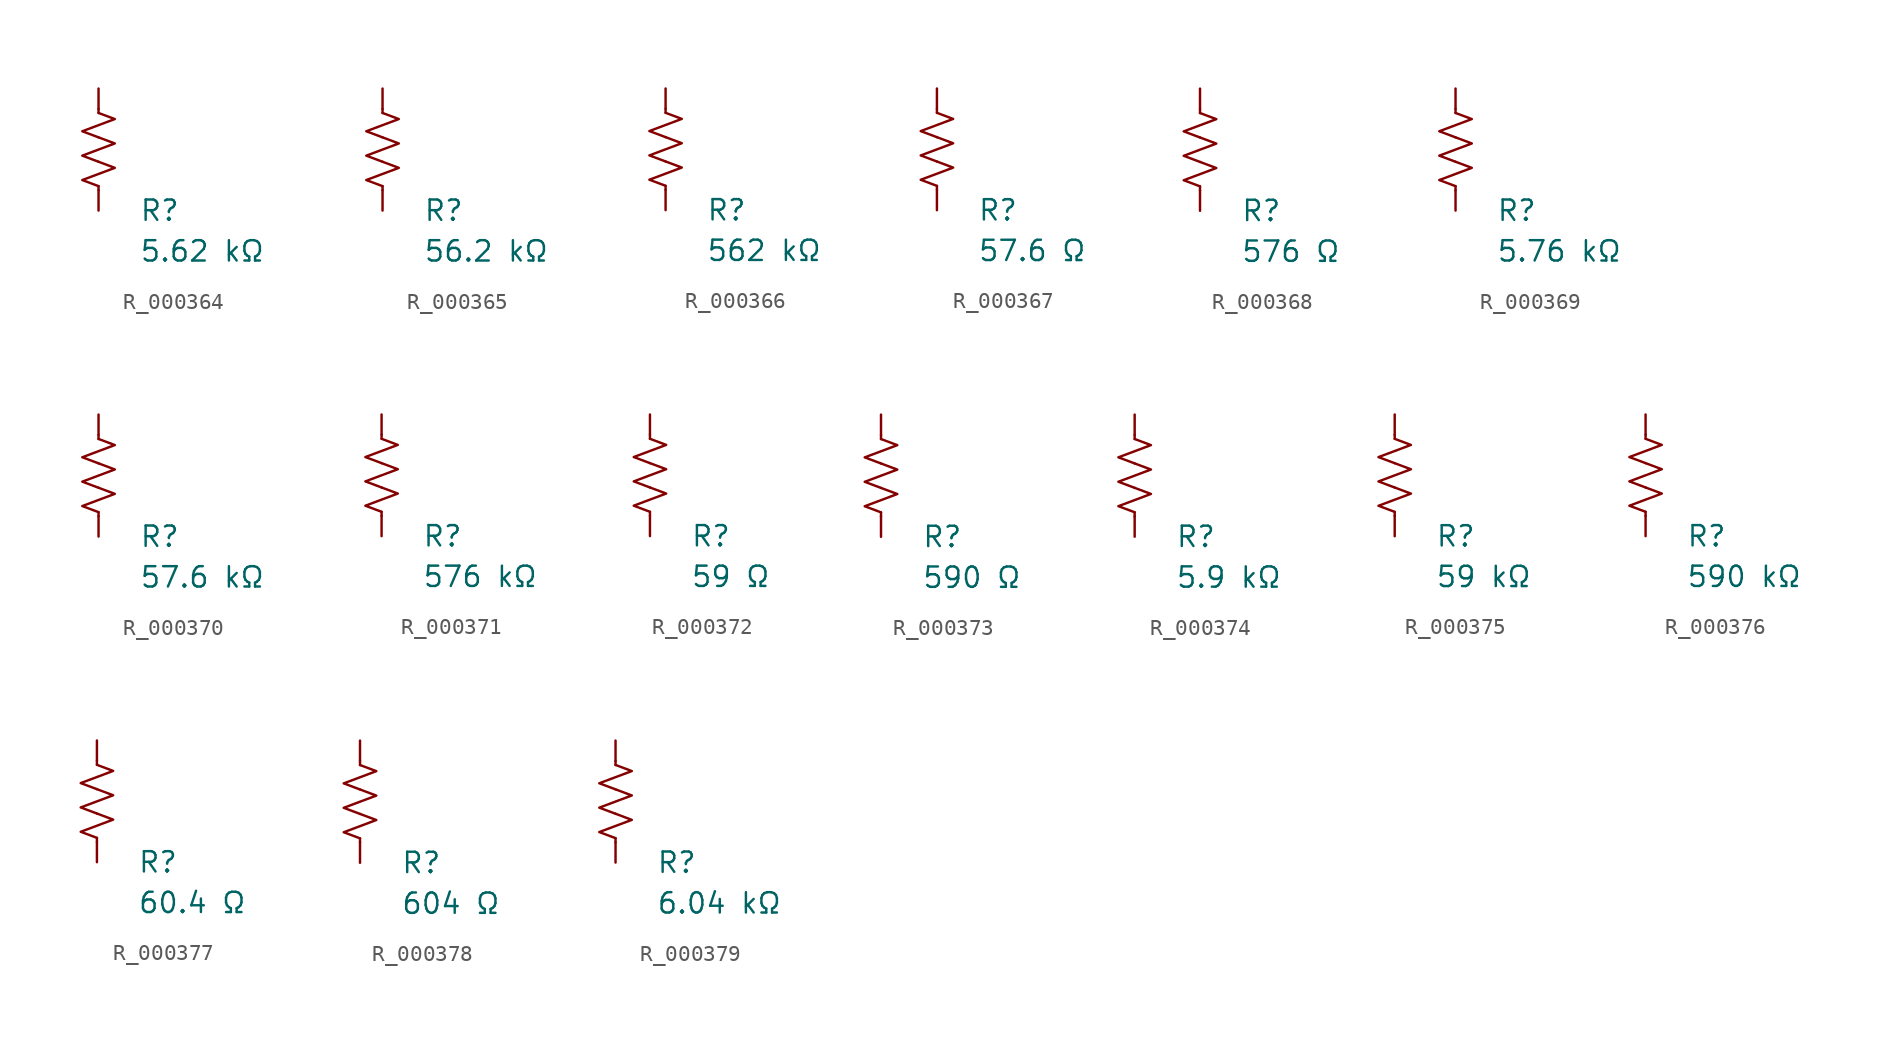
<source format=kicad_sym>
(kicad_symbol_lib
  (version 20231120)
  (generator "kicad_symbol_editor")
  (generator_version "8.0")
  (symbol "R_000364"
    (pin_numbers hide)
    (pin_names
      (offset 0))
    (property "Reference" "R"
      (at 2.54 -3.81 0)
      (effects (font (size 1.27 1.27)) (justify left))
      (show_name no))
    (property "Value" "5.62 kΩ"
      (at 2.54 -6.35 0)
      (effects (font (size 1.27 1.27)) (justify left))
      (show_name no))
    (symbol "R_000364_0_1"
      (polyline (pts (xy 0 -2.286) (xy 0 -2.54)) (stroke (width 0) (type default)) (fill (type none)))
      (polyline (pts (xy 0 2.286) (xy 0 2.54)) (stroke (width 0) (type default)) (fill (type none)))
      (polyline (pts (xy 0 -0.762) (xy 1.016 -1.143) (xy 0 -1.524) (xy -1.016 -1.905) (xy 0 -2.286)) (stroke (width 0) (type default)) (fill (type none)))
      (polyline (pts (xy 0 0.762) (xy 1.016 0.381) (xy 0 0) (xy -1.016 -0.381) (xy 0 -0.762)) (stroke (width 0) (type default)) (fill (type none)))
      (polyline (pts (xy 0 2.286) (xy 1.016 1.905) (xy 0 1.524) (xy -1.016 1.143) (xy 0 0.762)) (stroke (width 0) (type default)) (fill (type none))))
    (symbol "R_000364_1_1"
      (pin passive line (at 0 3.81 270) (length 1.27) (name "~" (effects (font (size 1.27 1.27)))) (number "1" (effects (font (size 1.27 1.27)))))
      (pin passive line (at 0 -3.81 90) (length 1.27) (name "~" (effects (font (size 1.27 1.27)))) (number "2" (effects (font (size 1.27 1.27)))))))
  (symbol "R_000365"
    (pin_numbers hide)
    (pin_names
      (offset 0))
    (property "Reference" "R"
      (at 2.54 -3.81 0)
      (effects (font (size 1.27 1.27)) (justify left))
      (show_name no))
    (property "Value" "56.2 kΩ"
      (at 2.54 -6.35 0)
      (effects (font (size 1.27 1.27)) (justify left))
      (show_name no))
    (symbol "R_000365_0_1"
      (polyline (pts (xy 0 -2.286) (xy 0 -2.54)) (stroke (width 0) (type default)) (fill (type none)))
      (polyline (pts (xy 0 2.286) (xy 0 2.54)) (stroke (width 0) (type default)) (fill (type none)))
      (polyline (pts (xy 0 -0.762) (xy 1.016 -1.143) (xy 0 -1.524) (xy -1.016 -1.905) (xy 0 -2.286)) (stroke (width 0) (type default)) (fill (type none)))
      (polyline (pts (xy 0 0.762) (xy 1.016 0.381) (xy 0 0) (xy -1.016 -0.381) (xy 0 -0.762)) (stroke (width 0) (type default)) (fill (type none)))
      (polyline (pts (xy 0 2.286) (xy 1.016 1.905) (xy 0 1.524) (xy -1.016 1.143) (xy 0 0.762)) (stroke (width 0) (type default)) (fill (type none))))
    (symbol "R_000365_1_1"
      (pin passive line (at 0 3.81 270) (length 1.27) (name "~" (effects (font (size 1.27 1.27)))) (number "1" (effects (font (size 1.27 1.27)))))
      (pin passive line (at 0 -3.81 90) (length 1.27) (name "~" (effects (font (size 1.27 1.27)))) (number "2" (effects (font (size 1.27 1.27)))))))
  (symbol "R_000366"
    (pin_numbers hide)
    (pin_names
      (offset 0))
    (property "Reference" "R"
      (at 2.54 -3.81 0)
      (effects (font (size 1.27 1.27)) (justify left))
      (show_name no))
    (property "Value" "562 kΩ"
      (at 2.54 -6.35 0)
      (effects (font (size 1.27 1.27)) (justify left))
      (show_name no))
    (symbol "R_000366_0_1"
      (polyline (pts (xy 0 -2.286) (xy 0 -2.54)) (stroke (width 0) (type default)) (fill (type none)))
      (polyline (pts (xy 0 2.286) (xy 0 2.54)) (stroke (width 0) (type default)) (fill (type none)))
      (polyline (pts (xy 0 -0.762) (xy 1.016 -1.143) (xy 0 -1.524) (xy -1.016 -1.905) (xy 0 -2.286)) (stroke (width 0) (type default)) (fill (type none)))
      (polyline (pts (xy 0 0.762) (xy 1.016 0.381) (xy 0 0) (xy -1.016 -0.381) (xy 0 -0.762)) (stroke (width 0) (type default)) (fill (type none)))
      (polyline (pts (xy 0 2.286) (xy 1.016 1.905) (xy 0 1.524) (xy -1.016 1.143) (xy 0 0.762)) (stroke (width 0) (type default)) (fill (type none))))
    (symbol "R_000366_1_1"
      (pin passive line (at 0 3.81 270) (length 1.27) (name "~" (effects (font (size 1.27 1.27)))) (number "1" (effects (font (size 1.27 1.27)))))
      (pin passive line (at 0 -3.81 90) (length 1.27) (name "~" (effects (font (size 1.27 1.27)))) (number "2" (effects (font (size 1.27 1.27)))))))
  (symbol "R_000367"
    (pin_numbers hide)
    (pin_names
      (offset 0))
    (property "Reference" "R"
      (at 2.54 -3.81 0)
      (effects (font (size 1.27 1.27)) (justify left))
      (show_name no))
    (property "Value" "57.6 Ω"
      (at 2.54 -6.35 0)
      (effects (font (size 1.27 1.27)) (justify left))
      (show_name no))
    (symbol "R_000367_0_1"
      (polyline (pts (xy 0 -2.286) (xy 0 -2.54)) (stroke (width 0) (type default)) (fill (type none)))
      (polyline (pts (xy 0 2.286) (xy 0 2.54)) (stroke (width 0) (type default)) (fill (type none)))
      (polyline (pts (xy 0 -0.762) (xy 1.016 -1.143) (xy 0 -1.524) (xy -1.016 -1.905) (xy 0 -2.286)) (stroke (width 0) (type default)) (fill (type none)))
      (polyline (pts (xy 0 0.762) (xy 1.016 0.381) (xy 0 0) (xy -1.016 -0.381) (xy 0 -0.762)) (stroke (width 0) (type default)) (fill (type none)))
      (polyline (pts (xy 0 2.286) (xy 1.016 1.905) (xy 0 1.524) (xy -1.016 1.143) (xy 0 0.762)) (stroke (width 0) (type default)) (fill (type none))))
    (symbol "R_000367_1_1"
      (pin passive line (at 0 3.81 270) (length 1.27) (name "~" (effects (font (size 1.27 1.27)))) (number "1" (effects (font (size 1.27 1.27)))))
      (pin passive line (at 0 -3.81 90) (length 1.27) (name "~" (effects (font (size 1.27 1.27)))) (number "2" (effects (font (size 1.27 1.27)))))))
  (symbol "R_000368"
    (pin_numbers hide)
    (pin_names
      (offset 0))
    (property "Reference" "R"
      (at 2.54 -3.81 0)
      (effects (font (size 1.27 1.27)) (justify left))
      (show_name no))
    (property "Value" "576 Ω"
      (at 2.54 -6.35 0)
      (effects (font (size 1.27 1.27)) (justify left))
      (show_name no))
    (symbol "R_000368_0_1"
      (polyline (pts (xy 0 -2.286) (xy 0 -2.54)) (stroke (width 0) (type default)) (fill (type none)))
      (polyline (pts (xy 0 2.286) (xy 0 2.54)) (stroke (width 0) (type default)) (fill (type none)))
      (polyline (pts (xy 0 -0.762) (xy 1.016 -1.143) (xy 0 -1.524) (xy -1.016 -1.905) (xy 0 -2.286)) (stroke (width 0) (type default)) (fill (type none)))
      (polyline (pts (xy 0 0.762) (xy 1.016 0.381) (xy 0 0) (xy -1.016 -0.381) (xy 0 -0.762)) (stroke (width 0) (type default)) (fill (type none)))
      (polyline (pts (xy 0 2.286) (xy 1.016 1.905) (xy 0 1.524) (xy -1.016 1.143) (xy 0 0.762)) (stroke (width 0) (type default)) (fill (type none))))
    (symbol "R_000368_1_1"
      (pin passive line (at 0 3.81 270) (length 1.27) (name "~" (effects (font (size 1.27 1.27)))) (number "1" (effects (font (size 1.27 1.27)))))
      (pin passive line (at 0 -3.81 90) (length 1.27) (name "~" (effects (font (size 1.27 1.27)))) (number "2" (effects (font (size 1.27 1.27)))))))
  (symbol "R_000369"
    (pin_numbers hide)
    (pin_names
      (offset 0))
    (property "Reference" "R"
      (at 2.54 -3.81 0)
      (effects (font (size 1.27 1.27)) (justify left))
      (show_name no))
    (property "Value" "5.76 kΩ"
      (at 2.54 -6.35 0)
      (effects (font (size 1.27 1.27)) (justify left))
      (show_name no))
    (symbol "R_000369_0_1"
      (polyline (pts (xy 0 -2.286) (xy 0 -2.54)) (stroke (width 0) (type default)) (fill (type none)))
      (polyline (pts (xy 0 2.286) (xy 0 2.54)) (stroke (width 0) (type default)) (fill (type none)))
      (polyline (pts (xy 0 -0.762) (xy 1.016 -1.143) (xy 0 -1.524) (xy -1.016 -1.905) (xy 0 -2.286)) (stroke (width 0) (type default)) (fill (type none)))
      (polyline (pts (xy 0 0.762) (xy 1.016 0.381) (xy 0 0) (xy -1.016 -0.381) (xy 0 -0.762)) (stroke (width 0) (type default)) (fill (type none)))
      (polyline (pts (xy 0 2.286) (xy 1.016 1.905) (xy 0 1.524) (xy -1.016 1.143) (xy 0 0.762)) (stroke (width 0) (type default)) (fill (type none))))
    (symbol "R_000369_1_1"
      (pin passive line (at 0 3.81 270) (length 1.27) (name "~" (effects (font (size 1.27 1.27)))) (number "1" (effects (font (size 1.27 1.27)))))
      (pin passive line (at 0 -3.81 90) (length 1.27) (name "~" (effects (font (size 1.27 1.27)))) (number "2" (effects (font (size 1.27 1.27)))))))
  (symbol "R_000370"
    (pin_numbers hide)
    (pin_names
      (offset 0))
    (property "Reference" "R"
      (at 2.54 -3.81 0)
      (effects (font (size 1.27 1.27)) (justify left))
      (show_name no))
    (property "Value" "57.6 kΩ"
      (at 2.54 -6.35 0)
      (effects (font (size 1.27 1.27)) (justify left))
      (show_name no))
    (symbol "R_000370_0_1"
      (polyline (pts (xy 0 -2.286) (xy 0 -2.54)) (stroke (width 0) (type default)) (fill (type none)))
      (polyline (pts (xy 0 2.286) (xy 0 2.54)) (stroke (width 0) (type default)) (fill (type none)))
      (polyline (pts (xy 0 -0.762) (xy 1.016 -1.143) (xy 0 -1.524) (xy -1.016 -1.905) (xy 0 -2.286)) (stroke (width 0) (type default)) (fill (type none)))
      (polyline (pts (xy 0 0.762) (xy 1.016 0.381) (xy 0 0) (xy -1.016 -0.381) (xy 0 -0.762)) (stroke (width 0) (type default)) (fill (type none)))
      (polyline (pts (xy 0 2.286) (xy 1.016 1.905) (xy 0 1.524) (xy -1.016 1.143) (xy 0 0.762)) (stroke (width 0) (type default)) (fill (type none))))
    (symbol "R_000370_1_1"
      (pin passive line (at 0 3.81 270) (length 1.27) (name "~" (effects (font (size 1.27 1.27)))) (number "1" (effects (font (size 1.27 1.27)))))
      (pin passive line (at 0 -3.81 90) (length 1.27) (name "~" (effects (font (size 1.27 1.27)))) (number "2" (effects (font (size 1.27 1.27)))))))
  (symbol "R_000371"
    (pin_numbers hide)
    (pin_names
      (offset 0))
    (property "Reference" "R"
      (at 2.54 -3.81 0)
      (effects (font (size 1.27 1.27)) (justify left))
      (show_name no))
    (property "Value" "576 kΩ"
      (at 2.54 -6.35 0)
      (effects (font (size 1.27 1.27)) (justify left))
      (show_name no))
    (symbol "R_000371_0_1"
      (polyline (pts (xy 0 -2.286) (xy 0 -2.54)) (stroke (width 0) (type default)) (fill (type none)))
      (polyline (pts (xy 0 2.286) (xy 0 2.54)) (stroke (width 0) (type default)) (fill (type none)))
      (polyline (pts (xy 0 -0.762) (xy 1.016 -1.143) (xy 0 -1.524) (xy -1.016 -1.905) (xy 0 -2.286)) (stroke (width 0) (type default)) (fill (type none)))
      (polyline (pts (xy 0 0.762) (xy 1.016 0.381) (xy 0 0) (xy -1.016 -0.381) (xy 0 -0.762)) (stroke (width 0) (type default)) (fill (type none)))
      (polyline (pts (xy 0 2.286) (xy 1.016 1.905) (xy 0 1.524) (xy -1.016 1.143) (xy 0 0.762)) (stroke (width 0) (type default)) (fill (type none))))
    (symbol "R_000371_1_1"
      (pin passive line (at 0 3.81 270) (length 1.27) (name "~" (effects (font (size 1.27 1.27)))) (number "1" (effects (font (size 1.27 1.27)))))
      (pin passive line (at 0 -3.81 90) (length 1.27) (name "~" (effects (font (size 1.27 1.27)))) (number "2" (effects (font (size 1.27 1.27)))))))
  (symbol "R_000372"
    (pin_numbers hide)
    (pin_names
      (offset 0))
    (property "Reference" "R"
      (at 2.54 -3.81 0)
      (effects (font (size 1.27 1.27)) (justify left))
      (show_name no))
    (property "Value" "59 Ω"
      (at 2.54 -6.35 0)
      (effects (font (size 1.27 1.27)) (justify left))
      (show_name no))
    (symbol "R_000372_0_1"
      (polyline (pts (xy 0 -2.286) (xy 0 -2.54)) (stroke (width 0) (type default)) (fill (type none)))
      (polyline (pts (xy 0 2.286) (xy 0 2.54)) (stroke (width 0) (type default)) (fill (type none)))
      (polyline (pts (xy 0 -0.762) (xy 1.016 -1.143) (xy 0 -1.524) (xy -1.016 -1.905) (xy 0 -2.286)) (stroke (width 0) (type default)) (fill (type none)))
      (polyline (pts (xy 0 0.762) (xy 1.016 0.381) (xy 0 0) (xy -1.016 -0.381) (xy 0 -0.762)) (stroke (width 0) (type default)) (fill (type none)))
      (polyline (pts (xy 0 2.286) (xy 1.016 1.905) (xy 0 1.524) (xy -1.016 1.143) (xy 0 0.762)) (stroke (width 0) (type default)) (fill (type none))))
    (symbol "R_000372_1_1"
      (pin passive line (at 0 3.81 270) (length 1.27) (name "~" (effects (font (size 1.27 1.27)))) (number "1" (effects (font (size 1.27 1.27)))))
      (pin passive line (at 0 -3.81 90) (length 1.27) (name "~" (effects (font (size 1.27 1.27)))) (number "2" (effects (font (size 1.27 1.27)))))))
  (symbol "R_000373"
    (pin_numbers hide)
    (pin_names
      (offset 0))
    (property "Reference" "R"
      (at 2.54 -3.81 0)
      (effects (font (size 1.27 1.27)) (justify left))
      (show_name no))
    (property "Value" "590 Ω"
      (at 2.54 -6.35 0)
      (effects (font (size 1.27 1.27)) (justify left))
      (show_name no))
    (symbol "R_000373_0_1"
      (polyline (pts (xy 0 -2.286) (xy 0 -2.54)) (stroke (width 0) (type default)) (fill (type none)))
      (polyline (pts (xy 0 2.286) (xy 0 2.54)) (stroke (width 0) (type default)) (fill (type none)))
      (polyline (pts (xy 0 -0.762) (xy 1.016 -1.143) (xy 0 -1.524) (xy -1.016 -1.905) (xy 0 -2.286)) (stroke (width 0) (type default)) (fill (type none)))
      (polyline (pts (xy 0 0.762) (xy 1.016 0.381) (xy 0 0) (xy -1.016 -0.381) (xy 0 -0.762)) (stroke (width 0) (type default)) (fill (type none)))
      (polyline (pts (xy 0 2.286) (xy 1.016 1.905) (xy 0 1.524) (xy -1.016 1.143) (xy 0 0.762)) (stroke (width 0) (type default)) (fill (type none))))
    (symbol "R_000373_1_1"
      (pin passive line (at 0 3.81 270) (length 1.27) (name "~" (effects (font (size 1.27 1.27)))) (number "1" (effects (font (size 1.27 1.27)))))
      (pin passive line (at 0 -3.81 90) (length 1.27) (name "~" (effects (font (size 1.27 1.27)))) (number "2" (effects (font (size 1.27 1.27)))))))
  (symbol "R_000374"
    (pin_numbers hide)
    (pin_names
      (offset 0))
    (property "Reference" "R"
      (at 2.54 -3.81 0)
      (effects (font (size 1.27 1.27)) (justify left))
      (show_name no))
    (property "Value" "5.9 kΩ"
      (at 2.54 -6.35 0)
      (effects (font (size 1.27 1.27)) (justify left))
      (show_name no))
    (symbol "R_000374_0_1"
      (polyline (pts (xy 0 -2.286) (xy 0 -2.54)) (stroke (width 0) (type default)) (fill (type none)))
      (polyline (pts (xy 0 2.286) (xy 0 2.54)) (stroke (width 0) (type default)) (fill (type none)))
      (polyline (pts (xy 0 -0.762) (xy 1.016 -1.143) (xy 0 -1.524) (xy -1.016 -1.905) (xy 0 -2.286)) (stroke (width 0) (type default)) (fill (type none)))
      (polyline (pts (xy 0 0.762) (xy 1.016 0.381) (xy 0 0) (xy -1.016 -0.381) (xy 0 -0.762)) (stroke (width 0) (type default)) (fill (type none)))
      (polyline (pts (xy 0 2.286) (xy 1.016 1.905) (xy 0 1.524) (xy -1.016 1.143) (xy 0 0.762)) (stroke (width 0) (type default)) (fill (type none))))
    (symbol "R_000374_1_1"
      (pin passive line (at 0 3.81 270) (length 1.27) (name "~" (effects (font (size 1.27 1.27)))) (number "1" (effects (font (size 1.27 1.27)))))
      (pin passive line (at 0 -3.81 90) (length 1.27) (name "~" (effects (font (size 1.27 1.27)))) (number "2" (effects (font (size 1.27 1.27)))))))
  (symbol "R_000375"
    (pin_numbers hide)
    (pin_names
      (offset 0))
    (property "Reference" "R"
      (at 2.54 -3.81 0)
      (effects (font (size 1.27 1.27)) (justify left))
      (show_name no))
    (property "Value" "59 kΩ"
      (at 2.54 -6.35 0)
      (effects (font (size 1.27 1.27)) (justify left))
      (show_name no))
    (symbol "R_000375_0_1"
      (polyline (pts (xy 0 -2.286) (xy 0 -2.54)) (stroke (width 0) (type default)) (fill (type none)))
      (polyline (pts (xy 0 2.286) (xy 0 2.54)) (stroke (width 0) (type default)) (fill (type none)))
      (polyline (pts (xy 0 -0.762) (xy 1.016 -1.143) (xy 0 -1.524) (xy -1.016 -1.905) (xy 0 -2.286)) (stroke (width 0) (type default)) (fill (type none)))
      (polyline (pts (xy 0 0.762) (xy 1.016 0.381) (xy 0 0) (xy -1.016 -0.381) (xy 0 -0.762)) (stroke (width 0) (type default)) (fill (type none)))
      (polyline (pts (xy 0 2.286) (xy 1.016 1.905) (xy 0 1.524) (xy -1.016 1.143) (xy 0 0.762)) (stroke (width 0) (type default)) (fill (type none))))
    (symbol "R_000375_1_1"
      (pin passive line (at 0 3.81 270) (length 1.27) (name "~" (effects (font (size 1.27 1.27)))) (number "1" (effects (font (size 1.27 1.27)))))
      (pin passive line (at 0 -3.81 90) (length 1.27) (name "~" (effects (font (size 1.27 1.27)))) (number "2" (effects (font (size 1.27 1.27)))))))
  (symbol "R_000376"
    (pin_numbers hide)
    (pin_names
      (offset 0))
    (property "Reference" "R"
      (at 2.54 -3.81 0)
      (effects (font (size 1.27 1.27)) (justify left))
      (show_name no))
    (property "Value" "590 kΩ"
      (at 2.54 -6.35 0)
      (effects (font (size 1.27 1.27)) (justify left))
      (show_name no))
    (symbol "R_000376_0_1"
      (polyline (pts (xy 0 -2.286) (xy 0 -2.54)) (stroke (width 0) (type default)) (fill (type none)))
      (polyline (pts (xy 0 2.286) (xy 0 2.54)) (stroke (width 0) (type default)) (fill (type none)))
      (polyline (pts (xy 0 -0.762) (xy 1.016 -1.143) (xy 0 -1.524) (xy -1.016 -1.905) (xy 0 -2.286)) (stroke (width 0) (type default)) (fill (type none)))
      (polyline (pts (xy 0 0.762) (xy 1.016 0.381) (xy 0 0) (xy -1.016 -0.381) (xy 0 -0.762)) (stroke (width 0) (type default)) (fill (type none)))
      (polyline (pts (xy 0 2.286) (xy 1.016 1.905) (xy 0 1.524) (xy -1.016 1.143) (xy 0 0.762)) (stroke (width 0) (type default)) (fill (type none))))
    (symbol "R_000376_1_1"
      (pin passive line (at 0 3.81 270) (length 1.27) (name "~" (effects (font (size 1.27 1.27)))) (number "1" (effects (font (size 1.27 1.27)))))
      (pin passive line (at 0 -3.81 90) (length 1.27) (name "~" (effects (font (size 1.27 1.27)))) (number "2" (effects (font (size 1.27 1.27)))))))
  (symbol "R_000377"
    (pin_numbers hide)
    (pin_names
      (offset 0))
    (property "Reference" "R"
      (at 2.54 -3.81 0)
      (effects (font (size 1.27 1.27)) (justify left))
      (show_name no))
    (property "Value" "60.4 Ω"
      (at 2.54 -6.35 0)
      (effects (font (size 1.27 1.27)) (justify left))
      (show_name no))
    (symbol "R_000377_0_1"
      (polyline (pts (xy 0 -2.286) (xy 0 -2.54)) (stroke (width 0) (type default)) (fill (type none)))
      (polyline (pts (xy 0 2.286) (xy 0 2.54)) (stroke (width 0) (type default)) (fill (type none)))
      (polyline (pts (xy 0 -0.762) (xy 1.016 -1.143) (xy 0 -1.524) (xy -1.016 -1.905) (xy 0 -2.286)) (stroke (width 0) (type default)) (fill (type none)))
      (polyline (pts (xy 0 0.762) (xy 1.016 0.381) (xy 0 0) (xy -1.016 -0.381) (xy 0 -0.762)) (stroke (width 0) (type default)) (fill (type none)))
      (polyline (pts (xy 0 2.286) (xy 1.016 1.905) (xy 0 1.524) (xy -1.016 1.143) (xy 0 0.762)) (stroke (width 0) (type default)) (fill (type none))))
    (symbol "R_000377_1_1"
      (pin passive line (at 0 3.81 270) (length 1.27) (name "~" (effects (font (size 1.27 1.27)))) (number "1" (effects (font (size 1.27 1.27)))))
      (pin passive line (at 0 -3.81 90) (length 1.27) (name "~" (effects (font (size 1.27 1.27)))) (number "2" (effects (font (size 1.27 1.27)))))))
  (symbol "R_000378"
    (pin_numbers hide)
    (pin_names
      (offset 0))
    (property "Reference" "R"
      (at 2.54 -3.81 0)
      (effects (font (size 1.27 1.27)) (justify left))
      (show_name no))
    (property "Value" "604 Ω"
      (at 2.54 -6.35 0)
      (effects (font (size 1.27 1.27)) (justify left))
      (show_name no))
    (symbol "R_000378_0_1"
      (polyline (pts (xy 0 -2.286) (xy 0 -2.54)) (stroke (width 0) (type default)) (fill (type none)))
      (polyline (pts (xy 0 2.286) (xy 0 2.54)) (stroke (width 0) (type default)) (fill (type none)))
      (polyline (pts (xy 0 -0.762) (xy 1.016 -1.143) (xy 0 -1.524) (xy -1.016 -1.905) (xy 0 -2.286)) (stroke (width 0) (type default)) (fill (type none)))
      (polyline (pts (xy 0 0.762) (xy 1.016 0.381) (xy 0 0) (xy -1.016 -0.381) (xy 0 -0.762)) (stroke (width 0) (type default)) (fill (type none)))
      (polyline (pts (xy 0 2.286) (xy 1.016 1.905) (xy 0 1.524) (xy -1.016 1.143) (xy 0 0.762)) (stroke (width 0) (type default)) (fill (type none))))
    (symbol "R_000378_1_1"
      (pin passive line (at 0 3.81 270) (length 1.27) (name "~" (effects (font (size 1.27 1.27)))) (number "1" (effects (font (size 1.27 1.27)))))
      (pin passive line (at 0 -3.81 90) (length 1.27) (name "~" (effects (font (size 1.27 1.27)))) (number "2" (effects (font (size 1.27 1.27)))))))
  (symbol "R_000379"
    (pin_numbers hide)
    (pin_names
      (offset 0))
    (property "Reference" "R"
      (at 2.54 -3.81 0)
      (effects (font (size 1.27 1.27)) (justify left))
      (show_name no))
    (property "Value" "6.04 kΩ"
      (at 2.54 -6.35 0)
      (effects (font (size 1.27 1.27)) (justify left))
      (show_name no))
    (symbol "R_000379_0_1"
      (polyline (pts (xy 0 -2.286) (xy 0 -2.54)) (stroke (width 0) (type default)) (fill (type none)))
      (polyline (pts (xy 0 2.286) (xy 0 2.54)) (stroke (width 0) (type default)) (fill (type none)))
      (polyline (pts (xy 0 -0.762) (xy 1.016 -1.143) (xy 0 -1.524) (xy -1.016 -1.905) (xy 0 -2.286)) (stroke (width 0) (type default)) (fill (type none)))
      (polyline (pts (xy 0 0.762) (xy 1.016 0.381) (xy 0 0) (xy -1.016 -0.381) (xy 0 -0.762)) (stroke (width 0) (type default)) (fill (type none)))
      (polyline (pts (xy 0 2.286) (xy 1.016 1.905) (xy 0 1.524) (xy -1.016 1.143) (xy 0 0.762)) (stroke (width 0) (type default)) (fill (type none))))
    (symbol "R_000379_1_1"
      (pin passive line (at 0 3.81 270) (length 1.27) (name "~" (effects (font (size 1.27 1.27)))) (number "1" (effects (font (size 1.27 1.27)))))
      (pin passive line (at 0 -3.81 90) (length 1.27) (name "~" (effects (font (size 1.27 1.27)))) (number "2" (effects (font (size 1.27 1.27))))))))
</source>
